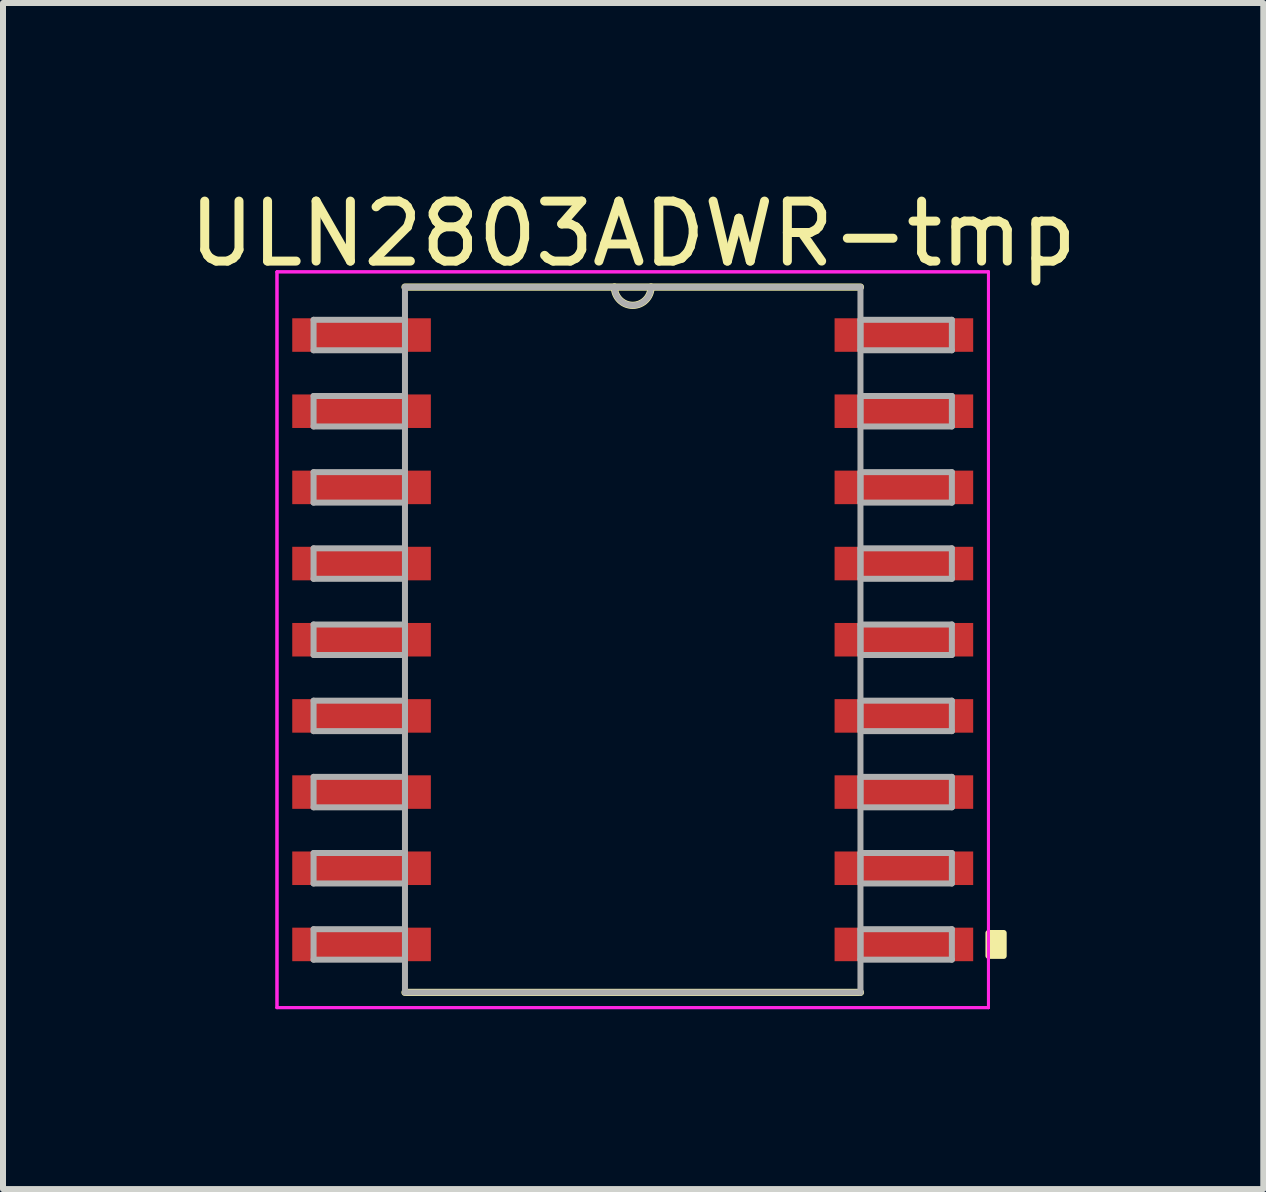
<source format=kicad_pcb>
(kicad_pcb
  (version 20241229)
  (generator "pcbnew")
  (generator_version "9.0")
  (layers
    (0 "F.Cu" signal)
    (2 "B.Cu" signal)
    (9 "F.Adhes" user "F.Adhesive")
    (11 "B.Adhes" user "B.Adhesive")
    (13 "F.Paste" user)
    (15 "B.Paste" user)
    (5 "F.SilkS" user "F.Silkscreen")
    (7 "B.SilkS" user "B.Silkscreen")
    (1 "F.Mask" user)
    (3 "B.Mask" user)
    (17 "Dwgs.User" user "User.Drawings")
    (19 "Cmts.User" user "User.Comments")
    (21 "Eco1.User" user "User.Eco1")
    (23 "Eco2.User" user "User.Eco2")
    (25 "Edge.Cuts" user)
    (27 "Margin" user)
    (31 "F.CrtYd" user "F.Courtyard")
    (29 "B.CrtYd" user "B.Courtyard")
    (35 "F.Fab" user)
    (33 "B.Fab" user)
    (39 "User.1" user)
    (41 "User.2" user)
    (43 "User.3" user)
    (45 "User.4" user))
  (footprint "ULN2803ADWR-tmp"
    (layer "F.Cu")
    (at 7.499 7.616)
    (property "Reference" "ULN2803ADWR-tmp" (at 0.007 -6.768 0) (layer "F.SilkS") (effects (font (size 1 1) (thickness 0.15))))
    (attr through_hole)
    (fp_line (start -3.797 5.88) (end 3.797 5.88) (stroke (width 0.12) (type solid)) (layer "F.SilkS"))
    (fp_line (start 3.797 -5.88) (end -3.797 -5.88) (stroke (width 0.12) (type solid)) (layer "F.SilkS"))
    (fp_arc (start 0.3048 -5.8801) (mid 0 -5.5753) (end -0.3048 -5.8801) (stroke (width 0.12) (type solid)) (layer "F.SilkS"))
    (fp_poly (pts (xy 6.185 4.889) (xy 6.185 5.271) (xy 5.931 5.271) (xy 5.931 4.889)) (stroke (width 0.1) (type solid)) (fill yes) (layer "F.SilkS"))
    (fp_line (start -5.931 -6.134) (end 5.931 -6.134) (stroke (width 0.05) (type solid)) (layer "F.CrtYd"))
    (fp_line (start -5.931 -6.134) (end 5.931 -6.134) (stroke (width 0.05) (type solid)) (layer "F.CrtYd"))
    (fp_line (start -5.931 6.134) (end -5.931 -6.134) (stroke (width 0.05) (type solid)) (layer "F.CrtYd"))
    (fp_line (start -5.931 6.134) (end -5.931 -6.134) (stroke (width 0.05) (type solid)) (layer "F.CrtYd"))
    (fp_line (start 5.931 -6.134) (end 5.931 6.134) (stroke (width 0.05) (type solid)) (layer "F.CrtYd"))
    (fp_line (start 5.931 -6.134) (end 5.931 6.134) (stroke (width 0.05) (type solid)) (layer "F.CrtYd"))
    (fp_line (start 5.931 6.134) (end -5.931 6.134) (stroke (width 0.05) (type solid)) (layer "F.CrtYd"))
    (fp_line (start 5.931 6.134) (end -5.931 6.134) (stroke (width 0.05) (type solid)) (layer "F.CrtYd"))
    (fp_line (start -5.321 -5.334) (end -5.321 -4.826) (stroke (width 0.1) (type solid)) (layer "F.Fab"))
    (fp_line (start -5.321 -4.826) (end -3.797 -4.826) (stroke (width 0.1) (type solid)) (layer "F.Fab"))
    (fp_line (start -5.321 -4.064) (end -5.321 -3.556) (stroke (width 0.1) (type solid)) (layer "F.Fab"))
    (fp_line (start -5.321 -3.556) (end -3.797 -3.556) (stroke (width 0.1) (type solid)) (layer "F.Fab"))
    (fp_line (start -5.321 -2.794) (end -5.321 -2.286) (stroke (width 0.1) (type solid)) (layer "F.Fab"))
    (fp_line (start -5.321 -2.286) (end -3.797 -2.286) (stroke (width 0.1) (type solid)) (layer "F.Fab"))
    (fp_line (start -5.321 -1.524) (end -5.321 -1.016) (stroke (width 0.1) (type solid)) (layer "F.Fab"))
    (fp_line (start -5.321 -1.016) (end -3.797 -1.016) (stroke (width 0.1) (type solid)) (layer "F.Fab"))
    (fp_line (start -5.321 -0.254) (end -5.321 0.254) (stroke (width 0.1) (type solid)) (layer "F.Fab"))
    (fp_line (start -5.321 0.254) (end -3.797 0.254) (stroke (width 0.1) (type solid)) (layer "F.Fab"))
    (fp_line (start -5.321 1.016) (end -5.321 1.524) (stroke (width 0.1) (type solid)) (layer "F.Fab"))
    (fp_line (start -5.321 1.524) (end -3.797 1.524) (stroke (width 0.1) (type solid)) (layer "F.Fab"))
    (fp_line (start -5.321 2.286) (end -5.321 2.794) (stroke (width 0.1) (type solid)) (layer "F.Fab"))
    (fp_line (start -5.321 2.794) (end -3.797 2.794) (stroke (width 0.1) (type solid)) (layer "F.Fab"))
    (fp_line (start -5.321 3.556) (end -5.321 4.064) (stroke (width 0.1) (type solid)) (layer "F.Fab"))
    (fp_line (start -5.321 4.064) (end -3.797 4.064) (stroke (width 0.1) (type solid)) (layer "F.Fab"))
    (fp_line (start -5.321 4.826) (end -5.321 5.334) (stroke (width 0.1) (type solid)) (layer "F.Fab"))
    (fp_line (start -5.321 5.334) (end -3.797 5.334) (stroke (width 0.1) (type solid)) (layer "F.Fab"))
    (fp_line (start -3.797 -5.88) (end -3.797 5.88) (stroke (width 0.1) (type solid)) (layer "F.Fab"))
    (fp_line (start -3.797 -5.334) (end -5.321 -5.334) (stroke (width 0.1) (type solid)) (layer "F.Fab"))
    (fp_line (start -3.797 -4.826) (end -3.797 -5.334) (stroke (width 0.1) (type solid)) (layer "F.Fab"))
    (fp_line (start -3.797 -4.064) (end -5.321 -4.064) (stroke (width 0.1) (type solid)) (layer "F.Fab"))
    (fp_line (start -3.797 -3.556) (end -3.797 -4.064) (stroke (width 0.1) (type solid)) (layer "F.Fab"))
    (fp_line (start -3.797 -2.794) (end -5.321 -2.794) (stroke (width 0.1) (type solid)) (layer "F.Fab"))
    (fp_line (start -3.797 -2.286) (end -3.797 -2.794) (stroke (width 0.1) (type solid)) (layer "F.Fab"))
    (fp_line (start -3.797 -1.524) (end -5.321 -1.524) (stroke (width 0.1) (type solid)) (layer "F.Fab"))
    (fp_line (start -3.797 -1.016) (end -3.797 -1.524) (stroke (width 0.1) (type solid)) (layer "F.Fab"))
    (fp_line (start -3.797 -0.254) (end -5.321 -0.254) (stroke (width 0.1) (type solid)) (layer "F.Fab"))
    (fp_line (start -3.797 0.254) (end -3.797 -0.254) (stroke (width 0.1) (type solid)) (layer "F.Fab"))
    (fp_line (start -3.797 1.016) (end -5.321 1.016) (stroke (width 0.1) (type solid)) (layer "F.Fab"))
    (fp_line (start -3.797 1.524) (end -3.797 1.016) (stroke (width 0.1) (type solid)) (layer "F.Fab"))
    (fp_line (start -3.797 2.286) (end -5.321 2.286) (stroke (width 0.1) (type solid)) (layer "F.Fab"))
    (fp_line (start -3.797 2.794) (end -3.797 2.286) (stroke (width 0.1) (type solid)) (layer "F.Fab"))
    (fp_line (start -3.797 3.556) (end -5.321 3.556) (stroke (width 0.1) (type solid)) (layer "F.Fab"))
    (fp_line (start -3.797 4.064) (end -3.797 3.556) (stroke (width 0.1) (type solid)) (layer "F.Fab"))
    (fp_line (start -3.797 4.826) (end -5.321 4.826) (stroke (width 0.1) (type solid)) (layer "F.Fab"))
    (fp_line (start -3.797 5.334) (end -3.797 4.826) (stroke (width 0.1) (type solid)) (layer "F.Fab"))
    (fp_line (start -3.797 5.88) (end 3.797 5.88) (stroke (width 0.1) (type solid)) (layer "F.Fab"))
    (fp_line (start 3.797 -5.88) (end -3.797 -5.88) (stroke (width 0.1) (type solid)) (layer "F.Fab"))
    (fp_line (start 3.797 -5.334) (end 3.797 -4.826) (stroke (width 0.1) (type solid)) (layer "F.Fab"))
    (fp_line (start 3.797 -4.826) (end 5.321 -4.826) (stroke (width 0.1) (type solid)) (layer "F.Fab"))
    (fp_line (start 3.797 -4.064) (end 3.797 -3.556) (stroke (width 0.1) (type solid)) (layer "F.Fab"))
    (fp_line (start 3.797 -3.556) (end 5.321 -3.556) (stroke (width 0.1) (type solid)) (layer "F.Fab"))
    (fp_line (start 3.797 -2.794) (end 3.797 -2.286) (stroke (width 0.1) (type solid)) (layer "F.Fab"))
    (fp_line (start 3.797 -2.286) (end 5.321 -2.286) (stroke (width 0.1) (type solid)) (layer "F.Fab"))
    (fp_line (start 3.797 -1.524) (end 3.797 -1.016) (stroke (width 0.1) (type solid)) (layer "F.Fab"))
    (fp_line (start 3.797 -1.016) (end 5.321 -1.016) (stroke (width 0.1) (type solid)) (layer "F.Fab"))
    (fp_line (start 3.797 -0.254) (end 3.797 0.254) (stroke (width 0.1) (type solid)) (layer "F.Fab"))
    (fp_line (start 3.797 0.254) (end 5.321 0.254) (stroke (width 0.1) (type solid)) (layer "F.Fab"))
    (fp_line (start 3.797 1.016) (end 3.797 1.524) (stroke (width 0.1) (type solid)) (layer "F.Fab"))
    (fp_line (start 3.797 1.524) (end 5.321 1.524) (stroke (width 0.1) (type solid)) (layer "F.Fab"))
    (fp_line (start 3.797 2.286) (end 3.797 2.794) (stroke (width 0.1) (type solid)) (layer "F.Fab"))
    (fp_line (start 3.797 2.794) (end 5.321 2.794) (stroke (width 0.1) (type solid)) (layer "F.Fab"))
    (fp_line (start 3.797 3.556) (end 3.797 4.064) (stroke (width 0.1) (type solid)) (layer "F.Fab"))
    (fp_line (start 3.797 4.064) (end 5.321 4.064) (stroke (width 0.1) (type solid)) (layer "F.Fab"))
    (fp_line (start 3.797 4.826) (end 3.797 5.334) (stroke (width 0.1) (type solid)) (layer "F.Fab"))
    (fp_line (start 3.797 5.334) (end 5.321 5.334) (stroke (width 0.1) (type solid)) (layer "F.Fab"))
    (fp_line (start 3.797 5.88) (end 3.797 -5.88) (stroke (width 0.1) (type solid)) (layer "F.Fab"))
    (fp_line (start 5.321 -5.334) (end 3.797 -5.334) (stroke (width 0.1) (type solid)) (layer "F.Fab"))
    (fp_line (start 5.321 -4.826) (end 5.321 -5.334) (stroke (width 0.1) (type solid)) (layer "F.Fab"))
    (fp_line (start 5.321 -4.064) (end 3.797 -4.064) (stroke (width 0.1) (type solid)) (layer "F.Fab"))
    (fp_line (start 5.321 -3.556) (end 5.321 -4.064) (stroke (width 0.1) (type solid)) (layer "F.Fab"))
    (fp_line (start 5.321 -2.794) (end 3.797 -2.794) (stroke (width 0.1) (type solid)) (layer "F.Fab"))
    (fp_line (start 5.321 -2.286) (end 5.321 -2.794) (stroke (width 0.1) (type solid)) (layer "F.Fab"))
    (fp_line (start 5.321 -1.524) (end 3.797 -1.524) (stroke (width 0.1) (type solid)) (layer "F.Fab"))
    (fp_line (start 5.321 -1.016) (end 5.321 -1.524) (stroke (width 0.1) (type solid)) (layer "F.Fab"))
    (fp_line (start 5.321 -0.254) (end 3.797 -0.254) (stroke (width 0.1) (type solid)) (layer "F.Fab"))
    (fp_line (start 5.321 0.254) (end 5.321 -0.254) (stroke (width 0.1) (type solid)) (layer "F.Fab"))
    (fp_line (start 5.321 1.016) (end 3.797 1.016) (stroke (width 0.1) (type solid)) (layer "F.Fab"))
    (fp_line (start 5.321 1.524) (end 5.321 1.016) (stroke (width 0.1) (type solid)) (layer "F.Fab"))
    (fp_line (start 5.321 2.286) (end 3.797 2.286) (stroke (width 0.1) (type solid)) (layer "F.Fab"))
    (fp_line (start 5.321 2.794) (end 5.321 2.286) (stroke (width 0.1) (type solid)) (layer "F.Fab"))
    (fp_line (start 5.321 3.556) (end 3.797 3.556) (stroke (width 0.1) (type solid)) (layer "F.Fab"))
    (fp_line (start 5.321 4.064) (end 5.321 3.556) (stroke (width 0.1) (type solid)) (layer "F.Fab"))
    (fp_line (start 5.321 4.826) (end 3.797 4.826) (stroke (width 0.1) (type solid)) (layer "F.Fab"))
    (fp_line (start 5.321 5.334) (end 5.321 4.826) (stroke (width 0.1) (type solid)) (layer "F.Fab"))
    (fp_arc (start 0.3048 -5.8801) (mid 0 -5.5753) (end -0.3048 -5.8801) (stroke (width 0.1) (type solid)) (layer "F.Fab"))
    (pad "1" smd rect (at -4.521 -5.08) (size 2.311 0.559) (layers "F.Cu" "F.Mask" "F.Paste"))
    (pad "2" smd rect (at -4.521 -3.81) (size 2.311 0.559) (layers "F.Cu" "F.Mask" "F.Paste"))
    (pad "3" smd rect (at -4.521 -2.54) (size 2.311 0.559) (layers "F.Cu" "F.Mask" "F.Paste"))
    (pad "4" smd rect (at -4.521 -1.27) (size 2.311 0.559) (layers "F.Cu" "F.Mask" "F.Paste"))
    (pad "5" smd rect (at -4.521 0) (size 2.311 0.559) (layers "F.Cu" "F.Mask" "F.Paste"))
    (pad "6" smd rect (at -4.521 1.27) (size 2.311 0.559) (layers "F.Cu" "F.Mask" "F.Paste"))
    (pad "7" smd rect (at -4.521 2.54) (size 2.311 0.559) (layers "F.Cu" "F.Mask" "F.Paste"))
    (pad "8" smd rect (at -4.521 3.81) (size 2.311 0.559) (layers "F.Cu" "F.Mask" "F.Paste"))
    (pad "9" smd rect (at -4.521 5.08) (size 2.311 0.559) (layers "F.Cu" "F.Mask" "F.Paste"))
    (pad "10" smd rect (at 4.521 5.08) (size 2.311 0.559) (layers "F.Cu" "F.Mask" "F.Paste"))
    (pad "11" smd rect (at 4.521 3.81) (size 2.311 0.559) (layers "F.Cu" "F.Mask" "F.Paste"))
    (pad "12" smd rect (at 4.521 2.54) (size 2.311 0.559) (layers "F.Cu" "F.Mask" "F.Paste"))
    (pad "13" smd rect (at 4.521 1.27) (size 2.311 0.559) (layers "F.Cu" "F.Mask" "F.Paste"))
    (pad "14" smd rect (at 4.521 0) (size 2.311 0.559) (layers "F.Cu" "F.Mask" "F.Paste"))
    (pad "15" smd rect (at 4.521 -1.27) (size 2.311 0.559) (layers "F.Cu" "F.Mask" "F.Paste"))
    (pad "16" smd rect (at 4.521 -2.54) (size 2.311 0.559) (layers "F.Cu" "F.Mask" "F.Paste"))
    (pad "17" smd rect (at 4.521 -3.81) (size 2.311 0.559) (layers "F.Cu" "F.Mask" "F.Paste"))
    (pad "18" smd rect (at 4.521 -5.08) (size 2.311 0.559) (layers "F.Cu" "F.Mask" "F.Paste")))
  (gr_rect
    (start -3 -3)
    (end 18.012 16.775)
    (stroke (width 0.1) (type default))
    (fill no)
    (layer "Edge.Cuts")))
</source>
